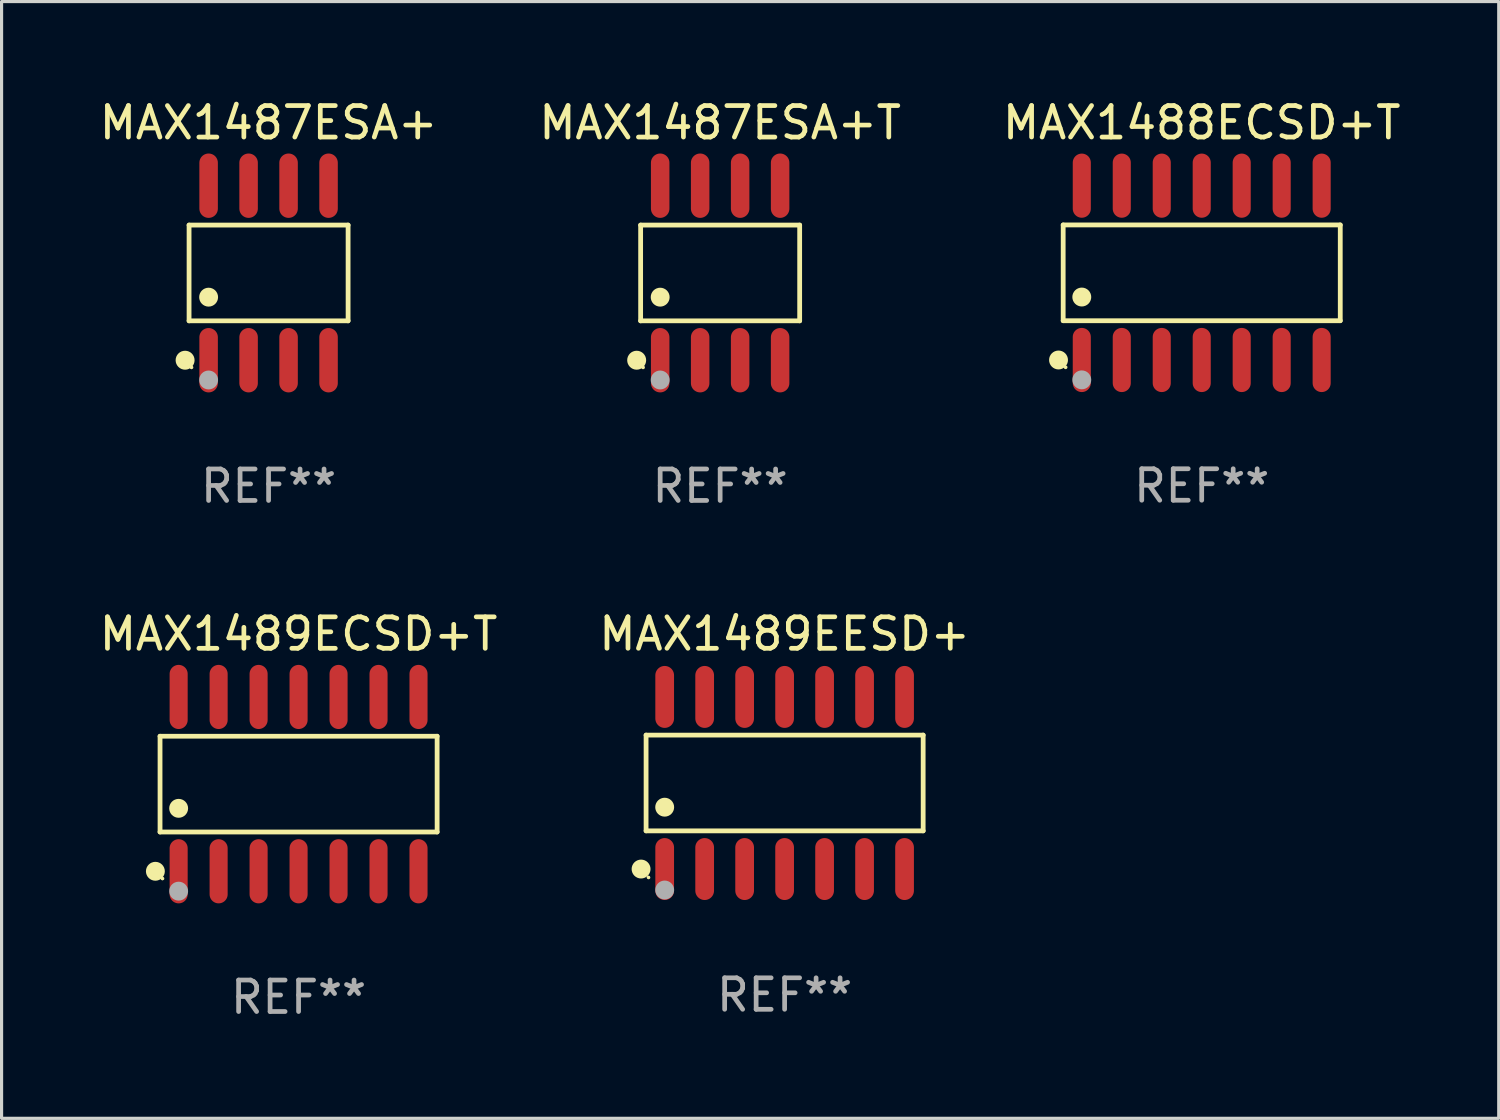
<source format=kicad_pcb>
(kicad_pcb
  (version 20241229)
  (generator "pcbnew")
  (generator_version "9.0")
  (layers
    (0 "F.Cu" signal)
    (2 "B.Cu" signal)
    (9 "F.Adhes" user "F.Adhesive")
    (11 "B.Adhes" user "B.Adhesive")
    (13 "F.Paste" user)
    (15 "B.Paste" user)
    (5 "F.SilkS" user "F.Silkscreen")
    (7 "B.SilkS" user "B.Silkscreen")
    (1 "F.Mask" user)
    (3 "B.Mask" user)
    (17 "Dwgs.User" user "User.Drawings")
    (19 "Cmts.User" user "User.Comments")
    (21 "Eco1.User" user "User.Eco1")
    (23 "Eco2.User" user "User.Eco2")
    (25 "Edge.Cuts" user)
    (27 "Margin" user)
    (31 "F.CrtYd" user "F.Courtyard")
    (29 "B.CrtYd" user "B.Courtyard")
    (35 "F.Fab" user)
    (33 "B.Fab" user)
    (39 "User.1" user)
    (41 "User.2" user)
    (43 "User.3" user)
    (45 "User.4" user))
  (footprint "MAX1487ESA+T"
    (layer "F.Cu")
    (at 19.827 5.621)
    (property "Reference" "MAX1487ESA+T" (at 0 -4.772 0) (layer "F.SilkS") (effects (font (size 1 1) (thickness 0.15))))
    (attr through_hole)
    (fp_line (start -2.526 -1.521) (end 2.526 -1.521) (stroke (width 0.152) (type solid)) (layer "F.SilkS"))
    (fp_line (start -2.526 1.521) (end -2.526 -1.521) (stroke (width 0.152) (type solid)) (layer "F.SilkS"))
    (fp_line (start 2.526 -1.521) (end 2.526 1.521) (stroke (width 0.152) (type solid)) (layer "F.SilkS"))
    (fp_line (start 2.526 1.521) (end -2.526 1.521) (stroke (width 0.152) (type solid)) (layer "F.SilkS"))
    (fp_circle (center -2.652 2.772) (end -2.501 2.772) (stroke (width 0.3) (type solid)) (fill no) (layer "F.SilkS"))
    (fp_circle (center -2.45 3) (end -2.42 3) (stroke (width 0.06) (type solid)) (fill no) (layer "F.SilkS"))
    (fp_circle (center -1.905 0.769) (end -1.755 0.769) (stroke (width 0.3) (type solid)) (fill no) (layer "F.SilkS"))
    (fp_circle (center -1.905 3.4) (end -1.755 3.4) (stroke (width 0.3) (type solid)) (fill no) (layer "F.Fab"))
    (fp_text user "REF**" (at 0 6.772 0) (layer "F.Fab") (effects (font (size 1 1) (thickness 0.15))))
    (pad "1" smd oval (at -1.905 2.772) (size 0.588 2.045) (layers "F.Cu" "F.Mask" "F.Paste"))
    (pad "2" smd oval (at -0.635 2.772) (size 0.588 2.045) (layers "F.Cu" "F.Mask" "F.Paste"))
    (pad "3" smd oval (at 0.635 2.772) (size 0.588 2.045) (layers "F.Cu" "F.Mask" "F.Paste"))
    (pad "4" smd oval (at 1.905 2.772) (size 0.588 2.045) (layers "F.Cu" "F.Mask" "F.Paste"))
    (pad "5" smd oval (at 1.905 -2.772) (size 0.588 2.045) (layers "F.Cu" "F.Mask" "F.Paste"))
    (pad "6" smd oval (at 0.635 -2.772) (size 0.588 2.045) (layers "F.Cu" "F.Mask" "F.Paste"))
    (pad "7" smd oval (at -0.635 -2.772) (size 0.588 2.045) (layers "F.Cu" "F.Mask" "F.Paste"))
    (pad "8" smd oval (at -1.905 -2.772) (size 0.588 2.045) (layers "F.Cu" "F.Mask" "F.Paste")))
  (footprint "MAX1489EESD+"
    (layer "F.Cu")
    (at 21.875 21.823)
    (property "Reference" "MAX1489EESD+" (at 0 -4.734 0) (layer "F.SilkS") (effects (font (size 1 1) (thickness 0.15))))
    (attr through_hole)
    (fp_line (start -4.401 -1.521) (end 4.401 -1.521) (stroke (width 0.152) (type solid)) (layer "F.SilkS"))
    (fp_line (start -4.401 1.521) (end -4.401 -1.521) (stroke (width 0.152) (type solid)) (layer "F.SilkS"))
    (fp_line (start 4.401 -1.521) (end 4.401 1.521) (stroke (width 0.152) (type solid)) (layer "F.SilkS"))
    (fp_line (start 4.401 1.521) (end -4.401 1.521) (stroke (width 0.152) (type solid)) (layer "F.SilkS"))
    (fp_circle (center -4.56 2.734) (end -4.41 2.734) (stroke (width 0.3) (type solid)) (fill no) (layer "F.SilkS"))
    (fp_circle (center -4.325 3) (end -4.295 3) (stroke (width 0.06) (type solid)) (fill no) (layer "F.SilkS"))
    (fp_circle (center -3.81 0.769) (end -3.66 0.769) (stroke (width 0.3) (type solid)) (fill no) (layer "F.SilkS"))
    (fp_circle (center -3.81 3.4) (end -3.66 3.4) (stroke (width 0.3) (type solid)) (fill no) (layer "F.Fab"))
    (fp_text user "REF**" (at 0 6.734 0) (layer "F.Fab") (effects (font (size 1 1) (thickness 0.15))))
    (pad "1" smd oval (at -3.81 2.734) (size 0.595 1.968) (layers "F.Cu" "F.Mask" "F.Paste"))
    (pad "2" smd oval (at -2.54 2.734) (size 0.595 1.968) (layers "F.Cu" "F.Mask" "F.Paste"))
    (pad "3" smd oval (at -1.27 2.734) (size 0.595 1.968) (layers "F.Cu" "F.Mask" "F.Paste"))
    (pad "4" smd oval (at 0 2.734) (size 0.595 1.968) (layers "F.Cu" "F.Mask" "F.Paste"))
    (pad "5" smd oval (at 1.27 2.734) (size 0.595 1.968) (layers "F.Cu" "F.Mask" "F.Paste"))
    (pad "6" smd oval (at 2.54 2.734) (size 0.595 1.968) (layers "F.Cu" "F.Mask" "F.Paste"))
    (pad "7" smd oval (at 3.81 2.734) (size 0.595 1.968) (layers "F.Cu" "F.Mask" "F.Paste"))
    (pad "8" smd oval (at 3.81 -2.734) (size 0.595 1.968) (layers "F.Cu" "F.Mask" "F.Paste"))
    (pad "9" smd oval (at 2.54 -2.734) (size 0.595 1.968) (layers "F.Cu" "F.Mask" "F.Paste"))
    (pad "10" smd oval (at 1.27 -2.734) (size 0.595 1.968) (layers "F.Cu" "F.Mask" "F.Paste"))
    (pad "11" smd oval (at 0 -2.734) (size 0.595 1.968) (layers "F.Cu" "F.Mask" "F.Paste"))
    (pad "12" smd oval (at -1.27 -2.734) (size 0.595 1.968) (layers "F.Cu" "F.Mask" "F.Paste"))
    (pad "13" smd oval (at -2.54 -2.734) (size 0.595 1.968) (layers "F.Cu" "F.Mask" "F.Paste"))
    (pad "14" smd oval (at -3.81 -2.734) (size 0.595 1.968) (layers "F.Cu" "F.Mask" "F.Paste")))
  (footprint "MAX1487ESA+"
    (layer "F.Cu")
    (at 5.482 5.621)
    (property "Reference" "MAX1487ESA+" (at 0 -4.772 0) (layer "F.SilkS") (effects (font (size 1 1) (thickness 0.15))))
    (attr through_hole)
    (fp_line (start -2.526 -1.521) (end 2.526 -1.521) (stroke (width 0.152) (type solid)) (layer "F.SilkS"))
    (fp_line (start -2.526 1.521) (end -2.526 -1.521) (stroke (width 0.152) (type solid)) (layer "F.SilkS"))
    (fp_line (start 2.526 -1.521) (end 2.526 1.521) (stroke (width 0.152) (type solid)) (layer "F.SilkS"))
    (fp_line (start 2.526 1.521) (end -2.526 1.521) (stroke (width 0.152) (type solid)) (layer "F.SilkS"))
    (fp_circle (center -2.652 2.772) (end -2.501 2.772) (stroke (width 0.3) (type solid)) (fill no) (layer "F.SilkS"))
    (fp_circle (center -2.45 3) (end -2.42 3) (stroke (width 0.06) (type solid)) (fill no) (layer "F.SilkS"))
    (fp_circle (center -1.905 0.769) (end -1.755 0.769) (stroke (width 0.3) (type solid)) (fill no) (layer "F.SilkS"))
    (fp_circle (center -1.905 3.4) (end -1.755 3.4) (stroke (width 0.3) (type solid)) (fill no) (layer "F.Fab"))
    (fp_text user "REF**" (at 0 6.772 0) (layer "F.Fab") (effects (font (size 1 1) (thickness 0.15))))
    (pad "1" smd oval (at -1.905 2.772) (size 0.588 2.045) (layers "F.Cu" "F.Mask" "F.Paste"))
    (pad "2" smd oval (at -0.635 2.772) (size 0.588 2.045) (layers "F.Cu" "F.Mask" "F.Paste"))
    (pad "3" smd oval (at 0.635 2.772) (size 0.588 2.045) (layers "F.Cu" "F.Mask" "F.Paste"))
    (pad "4" smd oval (at 1.905 2.772) (size 0.588 2.045) (layers "F.Cu" "F.Mask" "F.Paste"))
    (pad "5" smd oval (at 1.905 -2.772) (size 0.588 2.045) (layers "F.Cu" "F.Mask" "F.Paste"))
    (pad "6" smd oval (at 0.635 -2.772) (size 0.588 2.045) (layers "F.Cu" "F.Mask" "F.Paste"))
    (pad "7" smd oval (at -0.635 -2.772) (size 0.588 2.045) (layers "F.Cu" "F.Mask" "F.Paste"))
    (pad "8" smd oval (at -1.905 -2.772) (size 0.588 2.045) (layers "F.Cu" "F.Mask" "F.Paste")))
  (footprint "MAX1489ECSD+T"
    (layer "F.Cu")
    (at 6.435 21.859)
    (property "Reference" "MAX1489ECSD+T" (at 0 -4.769 0) (layer "F.SilkS") (effects (font (size 1 1) (thickness 0.15))))
    (attr through_hole)
    (fp_line (start -4.401 -1.521) (end 4.401 -1.521) (stroke (width 0.152) (type solid)) (layer "F.SilkS"))
    (fp_line (start -4.401 1.521) (end -4.401 -1.521) (stroke (width 0.152) (type solid)) (layer "F.SilkS"))
    (fp_line (start 4.401 -1.521) (end 4.401 1.521) (stroke (width 0.152) (type solid)) (layer "F.SilkS"))
    (fp_line (start 4.401 1.521) (end -4.401 1.521) (stroke (width 0.152) (type solid)) (layer "F.SilkS"))
    (fp_circle (center -4.549 2.769) (end -4.399 2.769) (stroke (width 0.3) (type solid)) (fill no) (layer "F.SilkS"))
    (fp_circle (center -4.325 3) (end -4.295 3) (stroke (width 0.06) (type solid)) (fill no) (layer "F.SilkS"))
    (fp_circle (center -3.81 0.769) (end -3.66 0.769) (stroke (width 0.3) (type solid)) (fill no) (layer "F.SilkS"))
    (fp_circle (center -3.81 3.4) (end -3.66 3.4) (stroke (width 0.3) (type solid)) (fill no) (layer "F.Fab"))
    (fp_text user "REF**" (at 0 6.769 0) (layer "F.Fab") (effects (font (size 1 1) (thickness 0.15))))
    (pad "1" smd oval (at -3.81 2.769) (size 0.574 2.038) (layers "F.Cu" "F.Mask" "F.Paste"))
    (pad "2" smd oval (at -2.54 2.769) (size 0.574 2.038) (layers "F.Cu" "F.Mask" "F.Paste"))
    (pad "3" smd oval (at -1.27 2.769) (size 0.574 2.038) (layers "F.Cu" "F.Mask" "F.Paste"))
    (pad "4" smd oval (at 0 2.769) (size 0.574 2.038) (layers "F.Cu" "F.Mask" "F.Paste"))
    (pad "5" smd oval (at 1.27 2.769) (size 0.574 2.038) (layers "F.Cu" "F.Mask" "F.Paste"))
    (pad "6" smd oval (at 2.54 2.769) (size 0.574 2.038) (layers "F.Cu" "F.Mask" "F.Paste"))
    (pad "7" smd oval (at 3.81 2.769) (size 0.574 2.038) (layers "F.Cu" "F.Mask" "F.Paste"))
    (pad "8" smd oval (at 3.81 -2.769) (size 0.574 2.038) (layers "F.Cu" "F.Mask" "F.Paste"))
    (pad "9" smd oval (at 2.54 -2.769) (size 0.574 2.038) (layers "F.Cu" "F.Mask" "F.Paste"))
    (pad "10" smd oval (at 1.27 -2.769) (size 0.574 2.038) (layers "F.Cu" "F.Mask" "F.Paste"))
    (pad "11" smd oval (at 0 -2.769) (size 0.574 2.038) (layers "F.Cu" "F.Mask" "F.Paste"))
    (pad "12" smd oval (at -1.27 -2.769) (size 0.574 2.038) (layers "F.Cu" "F.Mask" "F.Paste"))
    (pad "13" smd oval (at -2.54 -2.769) (size 0.574 2.038) (layers "F.Cu" "F.Mask" "F.Paste"))
    (pad "14" smd oval (at -3.81 -2.769) (size 0.574 2.038) (layers "F.Cu" "F.Mask" "F.Paste")))
  (footprint "MAX1488ECSD+T"
    (layer "F.Cu")
    (at 35.125 5.617)
    (property "Reference" "MAX1488ECSD+T" (at 0 -4.769 0) (layer "F.SilkS") (effects (font (size 1 1) (thickness 0.15))))
    (attr through_hole)
    (fp_line (start -4.401 -1.521) (end 4.401 -1.521) (stroke (width 0.152) (type solid)) (layer "F.SilkS"))
    (fp_line (start -4.401 1.521) (end -4.401 -1.521) (stroke (width 0.152) (type solid)) (layer "F.SilkS"))
    (fp_line (start 4.401 -1.521) (end 4.401 1.521) (stroke (width 0.152) (type solid)) (layer "F.SilkS"))
    (fp_line (start 4.401 1.521) (end -4.401 1.521) (stroke (width 0.152) (type solid)) (layer "F.SilkS"))
    (fp_circle (center -4.549 2.769) (end -4.399 2.769) (stroke (width 0.3) (type solid)) (fill no) (layer "F.SilkS"))
    (fp_circle (center -4.325 3) (end -4.295 3) (stroke (width 0.06) (type solid)) (fill no) (layer "F.SilkS"))
    (fp_circle (center -3.81 0.769) (end -3.66 0.769) (stroke (width 0.3) (type solid)) (fill no) (layer "F.SilkS"))
    (fp_circle (center -3.81 3.4) (end -3.66 3.4) (stroke (width 0.3) (type solid)) (fill no) (layer "F.Fab"))
    (fp_text user "REF**" (at 0 6.769 0) (layer "F.Fab") (effects (font (size 1 1) (thickness 0.15))))
    (pad "1" smd oval (at -3.81 2.769) (size 0.574 2.038) (layers "F.Cu" "F.Mask" "F.Paste"))
    (pad "2" smd oval (at -2.54 2.769) (size 0.574 2.038) (layers "F.Cu" "F.Mask" "F.Paste"))
    (pad "3" smd oval (at -1.27 2.769) (size 0.574 2.038) (layers "F.Cu" "F.Mask" "F.Paste"))
    (pad "4" smd oval (at 0 2.769) (size 0.574 2.038) (layers "F.Cu" "F.Mask" "F.Paste"))
    (pad "5" smd oval (at 1.27 2.769) (size 0.574 2.038) (layers "F.Cu" "F.Mask" "F.Paste"))
    (pad "6" smd oval (at 2.54 2.769) (size 0.574 2.038) (layers "F.Cu" "F.Mask" "F.Paste"))
    (pad "7" smd oval (at 3.81 2.769) (size 0.574 2.038) (layers "F.Cu" "F.Mask" "F.Paste"))
    (pad "8" smd oval (at 3.81 -2.769) (size 0.574 2.038) (layers "F.Cu" "F.Mask" "F.Paste"))
    (pad "9" smd oval (at 2.54 -2.769) (size 0.574 2.038) (layers "F.Cu" "F.Mask" "F.Paste"))
    (pad "10" smd oval (at 1.27 -2.769) (size 0.574 2.038) (layers "F.Cu" "F.Mask" "F.Paste"))
    (pad "11" smd oval (at 0 -2.769) (size 0.574 2.038) (layers "F.Cu" "F.Mask" "F.Paste"))
    (pad "12" smd oval (at -1.27 -2.769) (size 0.574 2.038) (layers "F.Cu" "F.Mask" "F.Paste"))
    (pad "13" smd oval (at -2.54 -2.769) (size 0.574 2.038) (layers "F.Cu" "F.Mask" "F.Paste"))
    (pad "14" smd oval (at -3.81 -2.769) (size 0.574 2.038) (layers "F.Cu" "F.Mask" "F.Paste")))
  (gr_rect
    (start -3 -3)
    (end 44.56 32.476)
    (stroke (width 0.1) (type default))
    (fill no)
    (layer "Edge.Cuts")))
</source>
